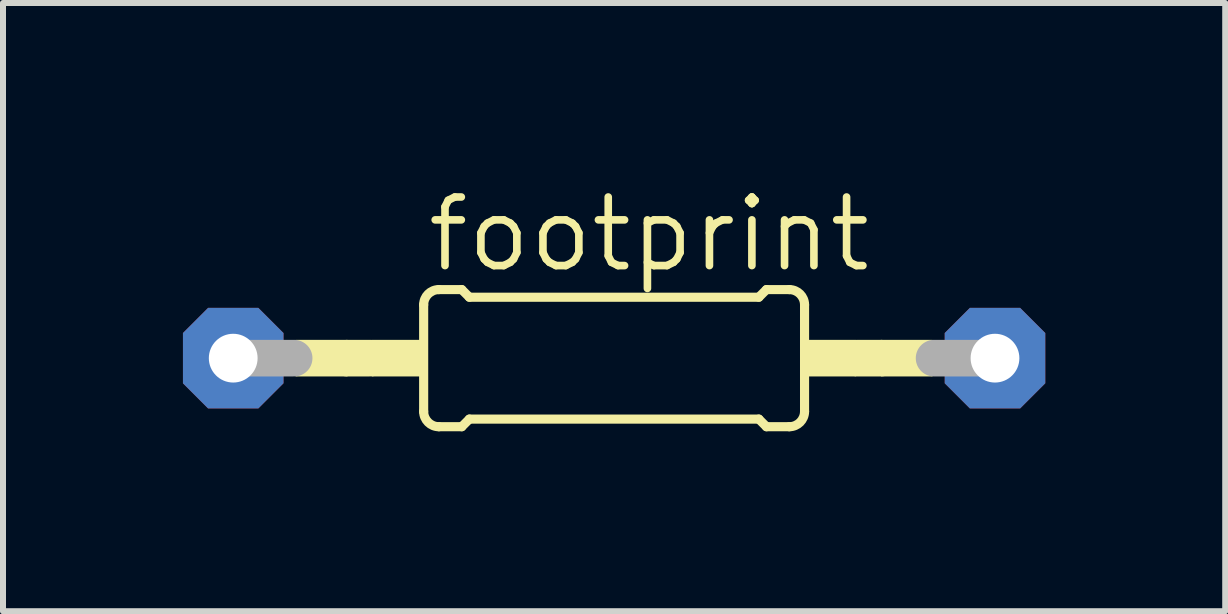
<source format=kicad_pcb>
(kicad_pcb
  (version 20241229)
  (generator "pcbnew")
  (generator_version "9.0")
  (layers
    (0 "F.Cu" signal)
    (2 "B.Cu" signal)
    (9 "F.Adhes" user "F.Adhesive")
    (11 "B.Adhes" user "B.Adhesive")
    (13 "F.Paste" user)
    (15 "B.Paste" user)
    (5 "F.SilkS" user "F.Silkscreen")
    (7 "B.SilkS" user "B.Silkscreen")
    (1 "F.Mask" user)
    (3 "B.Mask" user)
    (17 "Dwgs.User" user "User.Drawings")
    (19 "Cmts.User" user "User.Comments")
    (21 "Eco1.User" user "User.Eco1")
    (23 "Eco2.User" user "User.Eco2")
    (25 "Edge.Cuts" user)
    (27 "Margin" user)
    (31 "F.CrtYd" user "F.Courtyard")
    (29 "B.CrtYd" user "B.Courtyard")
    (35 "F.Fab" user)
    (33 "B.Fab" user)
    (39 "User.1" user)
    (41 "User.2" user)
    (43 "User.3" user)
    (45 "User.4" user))
  (footprint "footprint"
    (layer "F.Cu")
    (at 7.188 2.921)
    (property "Reference" "footprint" (at -3.175 -1.397 0) (layer "F.SilkS") (effects (font (size 1.143 1.143) (thickness 0.127)) (justify left bottom)))
    (fp_line (start -4.445 0) (end -4.064 0) (stroke (width 0.61) (type solid)) (layer "F.SilkS"))
    (fp_line (start -3.175 0.889) (end -3.175 -0.889) (stroke (width 0.152) (type solid)) (layer "F.SilkS"))
    (fp_line (start -2.921 -1.143) (end -2.54 -1.143) (stroke (width 0.152) (type solid)) (layer "F.SilkS"))
    (fp_line (start -2.921 1.143) (end -2.54 1.143) (stroke (width 0.152) (type solid)) (layer "F.SilkS"))
    (fp_line (start -2.413 -1.016) (end -2.54 -1.143) (stroke (width 0.152) (type solid)) (layer "F.SilkS"))
    (fp_line (start -2.413 1.016) (end -2.54 1.143) (stroke (width 0.152) (type solid)) (layer "F.SilkS"))
    (fp_line (start 2.413 -1.016) (end -2.413 -1.016) (stroke (width 0.152) (type solid)) (layer "F.SilkS"))
    (fp_line (start 2.413 -1.016) (end 2.54 -1.143) (stroke (width 0.152) (type solid)) (layer "F.SilkS"))
    (fp_line (start 2.413 1.016) (end -2.413 1.016) (stroke (width 0.152) (type solid)) (layer "F.SilkS"))
    (fp_line (start 2.413 1.016) (end 2.54 1.143) (stroke (width 0.152) (type solid)) (layer "F.SilkS"))
    (fp_line (start 2.921 -1.143) (end 2.54 -1.143) (stroke (width 0.152) (type solid)) (layer "F.SilkS"))
    (fp_line (start 2.921 1.143) (end 2.54 1.143) (stroke (width 0.152) (type solid)) (layer "F.SilkS"))
    (fp_line (start 3.175 0.889) (end 3.175 -0.889) (stroke (width 0.152) (type solid)) (layer "F.SilkS"))
    (fp_line (start 4.445 0) (end 4.064 0) (stroke (width 0.61) (type solid)) (layer "F.SilkS"))
    (fp_arc (start -3.175 -0.889) (mid -3.100605 -1.068605) (end -2.921 -1.143) (stroke (width 0.1524) (type solid)) (layer "F.SilkS"))
    (fp_arc (start -2.921 1.143) (mid -3.100605 1.068605) (end -3.175 0.889) (stroke (width 0.1524) (type solid)) (layer "F.SilkS"))
    (fp_arc (start 2.921 -1.143) (mid 3.100605 -1.068605) (end 3.175 -0.889) (stroke (width 0.1524) (type solid)) (layer "F.SilkS"))
    (fp_arc (start 3.175 0.889) (mid 3.100605 1.068605) (end 2.921 1.143) (stroke (width 0.1524) (type solid)) (layer "F.SilkS"))
    (fp_poly (pts (xy -5.309 0.305) (xy -4.445 0.305) (xy -4.445 -0.305) (xy -5.309 -0.305)) (stroke (width 0) (type solid)) (fill yes) (layer "F.SilkS"))
    (fp_poly (pts (xy -4.039 0.305) (xy -3.175 0.305) (xy -3.175 -0.305) (xy -4.039 -0.305)) (stroke (width 0) (type solid)) (fill yes) (layer "F.SilkS"))
    (fp_poly (pts (xy 3.175 0.305) (xy 4.039 0.305) (xy 4.039 -0.305) (xy 3.175 -0.305)) (stroke (width 0) (type solid)) (fill yes) (layer "F.SilkS"))
    (fp_poly (pts (xy 4.445 0.305) (xy 5.309 0.305) (xy 5.309 -0.305) (xy 4.445 -0.305)) (stroke (width 0) (type solid)) (fill yes) (layer "F.SilkS"))
    (fp_line (start -6.35 0) (end -5.334 0) (stroke (width 0.61) (type solid)) (layer "F.Fab"))
    (fp_line (start 6.35 0) (end 5.334 0) (stroke (width 0.61) (type solid)) (layer "F.Fab"))
    (pad "1" thru_hole roundrect (at -6.35 0) (size 1.676 1.676) (drill 0.813) (layers "*.Cu" "*.Mask") (roundrect_rratio 0.25) (chamfer_ratio 0.25) (chamfer top_left top_right bottom_left bottom_right))
    (pad "2" thru_hole roundrect (at 6.35 0) (size 1.676 1.676) (drill 0.813) (layers "*.Cu" "*.Mask") (roundrect_rratio 0.25) (chamfer_ratio 0.25) (chamfer top_left top_right bottom_left bottom_right)))
  (gr_rect
    (start -3 -3)
    (end 17.376 7.14)
    (stroke (width 0.1) (type default))
    (fill no)
    (layer "Edge.Cuts")))
</source>
